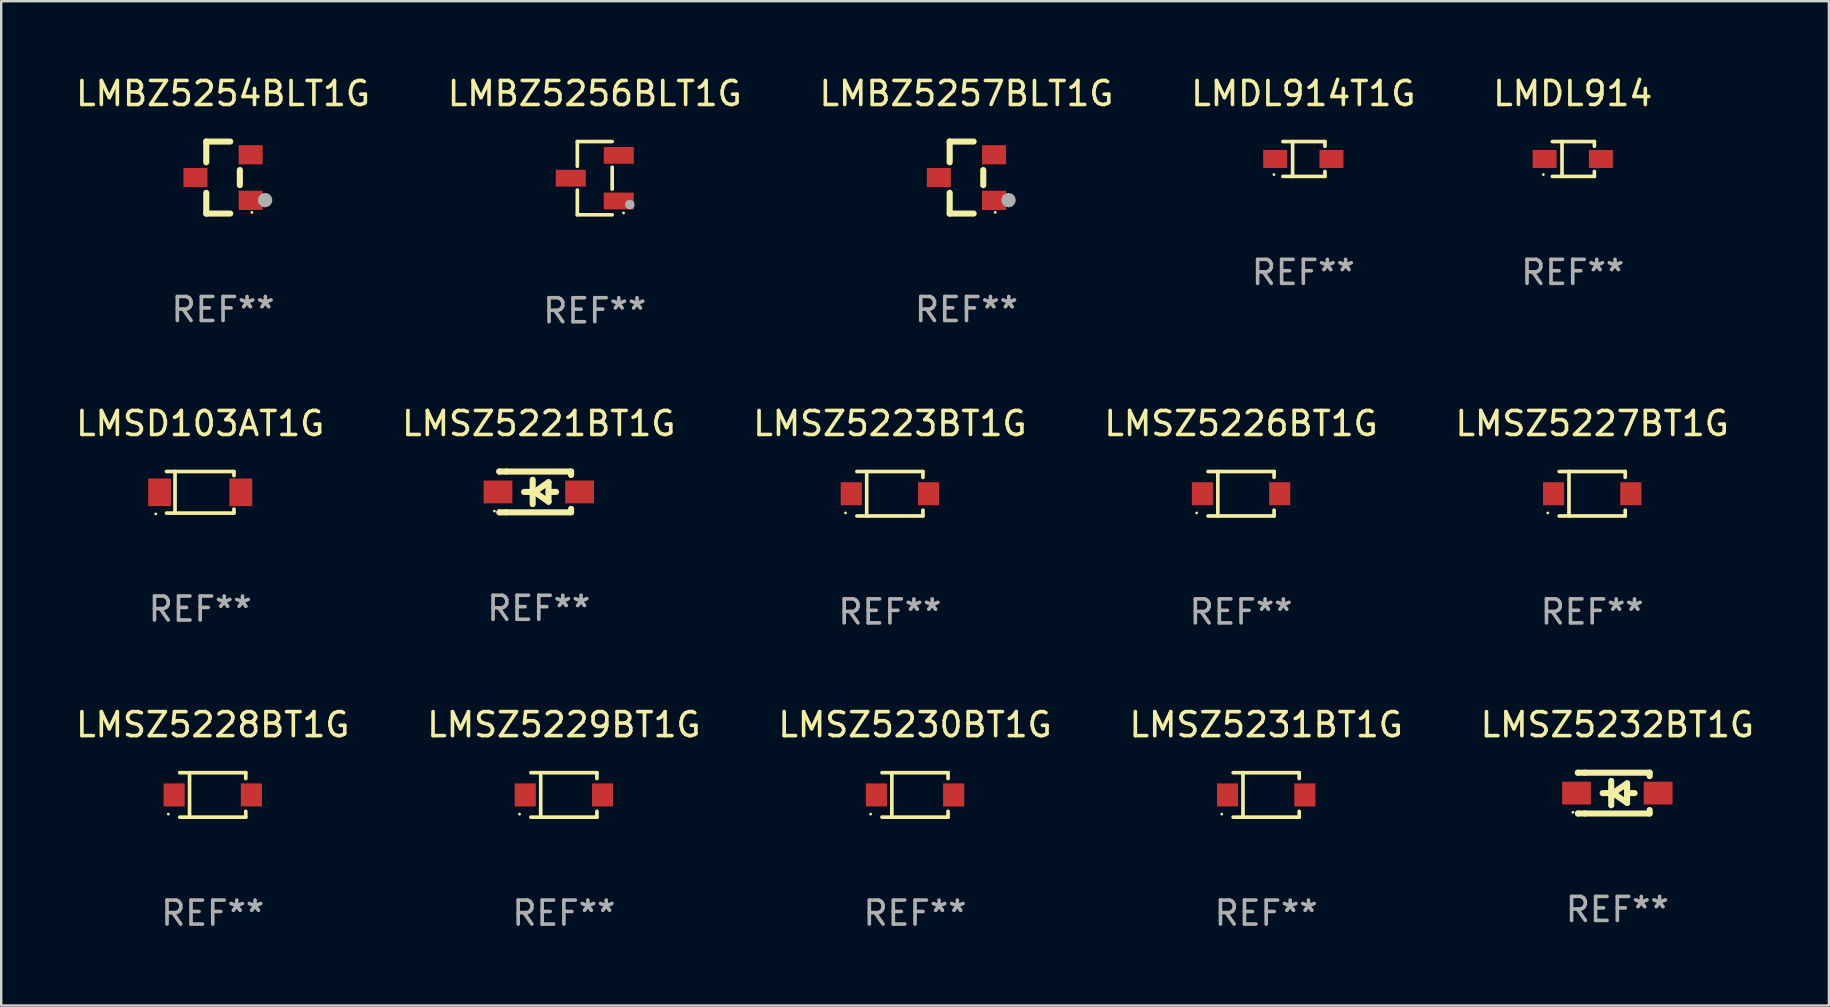
<source format=kicad_pcb>
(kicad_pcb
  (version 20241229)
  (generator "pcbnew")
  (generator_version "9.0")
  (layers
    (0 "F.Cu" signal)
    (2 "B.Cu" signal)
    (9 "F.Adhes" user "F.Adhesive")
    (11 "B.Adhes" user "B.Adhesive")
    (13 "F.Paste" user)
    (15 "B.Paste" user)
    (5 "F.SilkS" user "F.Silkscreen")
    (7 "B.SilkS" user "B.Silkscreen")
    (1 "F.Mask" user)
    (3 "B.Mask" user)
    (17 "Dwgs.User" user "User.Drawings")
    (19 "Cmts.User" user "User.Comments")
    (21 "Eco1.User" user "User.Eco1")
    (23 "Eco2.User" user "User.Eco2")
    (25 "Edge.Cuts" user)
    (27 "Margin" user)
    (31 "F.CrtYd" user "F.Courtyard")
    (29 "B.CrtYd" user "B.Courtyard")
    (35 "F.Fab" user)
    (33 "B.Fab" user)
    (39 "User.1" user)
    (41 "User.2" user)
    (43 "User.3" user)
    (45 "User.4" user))
  (footprint "LMSZ5231BT1G"
    (layer "F.Cu")
    (at 49.708 30.072)
    (property "Reference" "LMSZ5231BT1G" (at 0 -2.926 0) (layer "F.SilkS") (effects (font (size 1 1) (thickness 0.15))))
    (attr through_hole)
    (fp_line (start -1.376 -0.926) (end 1.376 -0.926) (stroke (width 0.152) (type solid)) (layer "F.SilkS"))
    (fp_line (start -1.376 0.926) (end 1.376 0.926) (stroke (width 0.152) (type solid)) (layer "F.SilkS"))
    (fp_line (start -0.967 -0.926) (end -0.967 0.926) (stroke (width 0.152) (type solid)) (layer "F.SilkS"))
    (fp_line (start 1.376 -0.926) (end 1.376 -0.683) (stroke (width 0.152) (type solid)) (layer "F.SilkS"))
    (fp_line (start 1.376 0.926) (end 1.376 0.683) (stroke (width 0.152) (type solid)) (layer "F.SilkS"))
    (fp_circle (center -1.85 0.8) (end -1.82 0.8) (stroke (width 0.06) (type solid)) (fill no) (layer "F.SilkS"))
    (fp_text user "REF**" (at 0 4.926 0) (layer "F.Fab") (effects (font (size 1 1) (thickness 0.15))))
    (pad "1" smd rect (at -1.61 0) (size 0.88 0.96) (layers "F.Cu" "F.Mask" "F.Paste"))
    (pad "2" smd rect (at 1.61 0) (size 0.88 0.96) (layers "F.Cu" "F.Mask" "F.Paste")))
  (footprint "LMSZ5232BT1G"
    (layer "F.Cu")
    (at 64.339 29.996)
    (property "Reference" "LMSZ5232BT1G" (at 0 -2.85 0) (layer "F.SilkS") (effects (font (size 1 1) (thickness 0.15))))
    (attr through_hole)
    (fp_line (start -1.643 -0.85) (end -1.644 -0.849) (stroke (width 0.254) (type solid)) (layer "F.SilkS"))
    (fp_line (start -1.638 0.85) (end -1.639 0.849) (stroke (width 0.254) (type solid)) (layer "F.SilkS"))
    (fp_line (start -1.346 -0.85) (end -1.643 -0.85) (stroke (width 0.254) (type solid)) (layer "F.SilkS"))
    (fp_line (start -1.346 -0.85) (end 1.346 -0.85) (stroke (width 0.254) (type solid)) (layer "F.SilkS"))
    (fp_line (start -1.346 0.85) (end -1.638 0.85) (stroke (width 0.254) (type solid)) (layer "F.SilkS"))
    (fp_line (start -0.28 0) (end -0.61 0) (stroke (width 0.254) (type solid)) (layer "F.SilkS"))
    (fp_line (start -0.254 -0.508) (end -0.254 0.508) (stroke (width 0.254) (type solid)) (layer "F.SilkS"))
    (fp_line (start -0.178 0) (end 0.406 -0.406) (stroke (width 0.254) (type solid)) (layer "F.SilkS"))
    (fp_line (start 0.406 -0.406) (end 0.406 0.406) (stroke (width 0.254) (type solid)) (layer "F.SilkS"))
    (fp_line (start 0.406 -0.000254) (end 0.72 -0.000254) (stroke (width 0.254) (type solid)) (layer "F.SilkS"))
    (fp_line (start 0.406 0.406) (end -0.178 0) (stroke (width 0.254) (type solid)) (layer "F.SilkS"))
    (fp_line (start 1.346 -0.85) (end 1.346 -0.706) (stroke (width 0.254) (type solid)) (layer "F.SilkS"))
    (fp_line (start 1.346 0.706) (end 1.346 0.85) (stroke (width 0.254) (type solid)) (layer "F.SilkS"))
    (fp_line (start 1.346 0.85) (end -1.346 0.85) (stroke (width 0.254) (type solid)) (layer "F.SilkS"))
    (fp_circle (center -1.85 0.8) (end -1.82 0.8) (stroke (width 0.06) (type solid)) (fill no) (layer "F.SilkS"))
    (fp_text user "REF**" (at 0 4.85 0) (layer "F.Fab") (effects (font (size 1 1) (thickness 0.15))))
    (pad "1" smd rect (at -1.7 0) (size 1.2 0.95) (layers "F.Cu" "F.Mask" "F.Paste"))
    (pad "2" smd rect (at 1.7 0) (size 1.2 0.95) (layers "F.Cu" "F.Mask" "F.Paste")))
  (footprint "LMBZ5254BLT1G"
    (layer "F.Cu")
    (at 6.244 4.348)
    (property "Reference" "LMBZ5254BLT1G" (at 0 -3.5 0) (layer "F.SilkS") (effects (font (size 1 1) (thickness 0.15))))
    (attr through_hole)
    (fp_line (start -0.7 -1.5) (end 0.3 -1.5) (stroke (width 0.254) (type solid)) (layer "F.SilkS"))
    (fp_line (start -0.7 -0.636) (end -0.7 -1.5) (stroke (width 0.254) (type solid)) (layer "F.SilkS"))
    (fp_line (start -0.7 1.5) (end -0.7 0.636) (stroke (width 0.254) (type solid)) (layer "F.SilkS"))
    (fp_line (start -0.7 1.5) (end 0.3 1.5) (stroke (width 0.254) (type solid)) (layer "F.SilkS"))
    (fp_line (start 0.7 0.314) (end 0.7 -0.314) (stroke (width 0.254) (type solid)) (layer "F.SilkS"))
    (fp_circle (center 1.2 1.45) (end 1.23 1.45) (stroke (width 0.06) (type solid)) (fill no) (layer "F.SilkS"))
    (fp_circle (center 1.753 0.94) (end 1.903 0.94) (stroke (width 0.3) (type solid)) (fill no) (layer "F.Fab"))
    (fp_text user "REF**" (at 0 5.5 0) (layer "F.Fab") (effects (font (size 1 1) (thickness 0.15))))
    (pad "1" smd rect (at 1.15 0.95 180) (size 1 0.8) (layers "F.Cu" "F.Mask" "F.Paste"))
    (pad "2" smd rect (at 1.15 -0.95 180) (size 1 0.8) (layers "F.Cu" "F.Mask" "F.Paste"))
    (pad "3" smd rect (at -1.15 -0.000051 180) (size 1 0.8) (layers "F.Cu" "F.Mask" "F.Paste")))
  (footprint "LMSZ5229BT1G"
    (layer "F.Cu")
    (at 20.446 30.072)
    (property "Reference" "LMSZ5229BT1G" (at 0 -2.926 0) (layer "F.SilkS") (effects (font (size 1 1) (thickness 0.15))))
    (attr through_hole)
    (fp_line (start -1.376 -0.926) (end 1.376 -0.926) (stroke (width 0.152) (type solid)) (layer "F.SilkS"))
    (fp_line (start -1.376 0.926) (end 1.376 0.926) (stroke (width 0.152) (type solid)) (layer "F.SilkS"))
    (fp_line (start -0.967 -0.926) (end -0.967 0.926) (stroke (width 0.152) (type solid)) (layer "F.SilkS"))
    (fp_line (start 1.376 -0.926) (end 1.376 -0.683) (stroke (width 0.152) (type solid)) (layer "F.SilkS"))
    (fp_line (start 1.376 0.926) (end 1.376 0.683) (stroke (width 0.152) (type solid)) (layer "F.SilkS"))
    (fp_circle (center -1.85 0.8) (end -1.82 0.8) (stroke (width 0.06) (type solid)) (fill no) (layer "F.SilkS"))
    (fp_text user "REF**" (at 0 4.926 0) (layer "F.Fab") (effects (font (size 1 1) (thickness 0.15))))
    (pad "1" smd rect (at -1.61 0) (size 0.88 0.96) (layers "F.Cu" "F.Mask" "F.Paste"))
    (pad "2" smd rect (at 1.61 0) (size 0.88 0.96) (layers "F.Cu" "F.Mask" "F.Paste")))
  (footprint "LMBZ5256BLT1G"
    (layer "F.Cu")
    (at 21.732 4.374)
    (property "Reference" "LMBZ5256BLT1G" (at 0 -3.526 0) (layer "F.SilkS") (effects (font (size 1 1) (thickness 0.15))))
    (attr through_hole)
    (fp_line (start -0.726 -1.526) (end -0.726 -0.495) (stroke (width 0.152) (type solid)) (layer "F.SilkS"))
    (fp_line (start -0.726 1.526) (end -0.726 0.495) (stroke (width 0.152) (type solid)) (layer "F.SilkS"))
    (fp_line (start 0.726 -1.526) (end -0.726 -1.526) (stroke (width 0.152) (type solid)) (layer "F.SilkS"))
    (fp_line (start 0.726 -0.455) (end 0.726 0.455) (stroke (width 0.152) (type solid)) (layer "F.SilkS"))
    (fp_line (start 0.726 1.526) (end -0.726 1.526) (stroke (width 0.152) (type solid)) (layer "F.SilkS"))
    (fp_circle (center 1.2 1.45) (end 1.23 1.45) (stroke (width 0.06) (type solid)) (fill no) (layer "F.SilkS"))
    (fp_circle (center 1.46 1.1) (end 1.56 1.1) (stroke (width 0.2) (type solid)) (fill no) (layer "F.Fab"))
    (fp_text user "REF**" (at 0 5.526 0) (layer "F.Fab") (effects (font (size 1 1) (thickness 0.15))))
    (pad "1" smd rect (at 1 0.95) (size 1.25 0.7) (layers "F.Cu" "F.Mask" "F.Paste"))
    (pad "2" smd rect (at 1 -0.95) (size 1.25 0.7) (layers "F.Cu" "F.Mask" "F.Paste"))
    (pad "3" smd rect (at -1 0) (size 1.25 0.7) (layers "F.Cu" "F.Mask" "F.Paste")))
  (footprint "LMDL914"
    (layer "F.Cu")
    (at 62.482 3.574)
    (property "Reference" "LMDL914" (at 0 -2.726 0) (layer "F.SilkS") (effects (font (size 1 1) (thickness 0.15))))
    (attr through_hole)
    (fp_line (start -0.851 -0.726) (end 0.901 -0.726) (stroke (width 0.152) (type solid)) (layer "F.SilkS"))
    (fp_line (start -0.851 0.726) (end 0.901 0.726) (stroke (width 0.152) (type solid)) (layer "F.SilkS"))
    (fp_line (start -0.447 -0.726) (end -0.447 0.726) (stroke (width 0.152) (type solid)) (layer "F.SilkS"))
    (fp_line (start 0.901 -0.726) (end 0.901 -0.53) (stroke (width 0.152) (type solid)) (layer "F.SilkS"))
    (fp_line (start 0.901 0.726) (end 0.901 0.52) (stroke (width 0.152) (type solid)) (layer "F.SilkS"))
    (fp_circle (center -1.225 0.65) (end -1.195 0.65) (stroke (width 0.06) (type solid)) (fill no) (layer "F.SilkS"))
    (fp_text user "REF**" (at 0 4.726 0) (layer "F.Fab") (effects (font (size 1 1) (thickness 0.15))))
    (pad "1" smd rect (at -1.173 0) (size 1 0.75) (layers "F.Cu" "F.Mask" "F.Paste"))
    (pad "2" smd rect (at 1.173 0) (size 1 0.75) (layers "F.Cu" "F.Mask" "F.Paste")))
  (footprint "LMSZ5226BT1G"
    (layer "F.Cu")
    (at 48.661 17.523)
    (property "Reference" "LMSZ5226BT1G" (at 0 -2.926 0) (layer "F.SilkS") (effects (font (size 1 1) (thickness 0.15))))
    (attr through_hole)
    (fp_line (start -1.376 -0.926) (end 1.376 -0.926) (stroke (width 0.152) (type solid)) (layer "F.SilkS"))
    (fp_line (start -1.376 0.926) (end 1.376 0.926) (stroke (width 0.152) (type solid)) (layer "F.SilkS"))
    (fp_line (start -0.967 -0.926) (end -0.967 0.926) (stroke (width 0.152) (type solid)) (layer "F.SilkS"))
    (fp_line (start 1.376 -0.926) (end 1.376 -0.683) (stroke (width 0.152) (type solid)) (layer "F.SilkS"))
    (fp_line (start 1.376 0.926) (end 1.376 0.683) (stroke (width 0.152) (type solid)) (layer "F.SilkS"))
    (fp_circle (center -1.85 0.8) (end -1.82 0.8) (stroke (width 0.06) (type solid)) (fill no) (layer "F.SilkS"))
    (fp_text user "REF**" (at 0 4.926 0) (layer "F.Fab") (effects (font (size 1 1) (thickness 0.15))))
    (pad "1" smd rect (at -1.61 0) (size 0.88 0.96) (layers "F.Cu" "F.Mask" "F.Paste"))
    (pad "2" smd rect (at 1.61 0) (size 0.88 0.96) (layers "F.Cu" "F.Mask" "F.Paste")))
  (footprint "LMDL914T1G"
    (layer "F.Cu")
    (at 51.256 3.574)
    (property "Reference" "LMDL914T1G" (at 0 -2.726 0) (layer "F.SilkS") (effects (font (size 1 1) (thickness 0.15))))
    (attr through_hole)
    (fp_line (start -0.851 -0.726) (end 0.901 -0.726) (stroke (width 0.152) (type solid)) (layer "F.SilkS"))
    (fp_line (start -0.851 0.726) (end 0.901 0.726) (stroke (width 0.152) (type solid)) (layer "F.SilkS"))
    (fp_line (start -0.447 -0.726) (end -0.447 0.726) (stroke (width 0.152) (type solid)) (layer "F.SilkS"))
    (fp_line (start 0.901 -0.726) (end 0.901 -0.53) (stroke (width 0.152) (type solid)) (layer "F.SilkS"))
    (fp_line (start 0.901 0.726) (end 0.901 0.52) (stroke (width 0.152) (type solid)) (layer "F.SilkS"))
    (fp_circle (center -1.225 0.65) (end -1.195 0.65) (stroke (width 0.06) (type solid)) (fill no) (layer "F.SilkS"))
    (fp_text user "REF**" (at 0 4.726 0) (layer "F.Fab") (effects (font (size 1 1) (thickness 0.15))))
    (pad "1" smd rect (at -1.173 0) (size 1 0.75) (layers "F.Cu" "F.Mask" "F.Paste"))
    (pad "2" smd rect (at 1.173 0) (size 1 0.75) (layers "F.Cu" "F.Mask" "F.Paste")))
  (footprint "LMSZ5230BT1G"
    (layer "F.Cu")
    (at 35.077 30.072)
    (property "Reference" "LMSZ5230BT1G" (at 0 -2.926 0) (layer "F.SilkS") (effects (font (size 1 1) (thickness 0.15))))
    (attr through_hole)
    (fp_line (start -1.376 -0.926) (end 1.376 -0.926) (stroke (width 0.152) (type solid)) (layer "F.SilkS"))
    (fp_line (start -1.376 0.926) (end 1.376 0.926) (stroke (width 0.152) (type solid)) (layer "F.SilkS"))
    (fp_line (start -0.967 -0.926) (end -0.967 0.926) (stroke (width 0.152) (type solid)) (layer "F.SilkS"))
    (fp_line (start 1.376 -0.926) (end 1.376 -0.683) (stroke (width 0.152) (type solid)) (layer "F.SilkS"))
    (fp_line (start 1.376 0.926) (end 1.376 0.683) (stroke (width 0.152) (type solid)) (layer "F.SilkS"))
    (fp_circle (center -1.85 0.8) (end -1.82 0.8) (stroke (width 0.06) (type solid)) (fill no) (layer "F.SilkS"))
    (fp_text user "REF**" (at 0 4.926 0) (layer "F.Fab") (effects (font (size 1 1) (thickness 0.15))))
    (pad "1" smd rect (at -1.61 0) (size 0.88 0.96) (layers "F.Cu" "F.Mask" "F.Paste"))
    (pad "2" smd rect (at 1.61 0) (size 0.88 0.96) (layers "F.Cu" "F.Mask" "F.Paste")))
  (footprint "LMSZ5221BT1G"
    (layer "F.Cu")
    (at 19.399 17.447)
    (property "Reference" "LMSZ5221BT1G" (at 0 -2.85 0) (layer "F.SilkS") (effects (font (size 1 1) (thickness 0.15))))
    (attr through_hole)
    (fp_line (start -1.643 -0.85) (end -1.644 -0.849) (stroke (width 0.254) (type solid)) (layer "F.SilkS"))
    (fp_line (start -1.638 0.85) (end -1.639 0.849) (stroke (width 0.254) (type solid)) (layer "F.SilkS"))
    (fp_line (start -1.346 -0.85) (end -1.643 -0.85) (stroke (width 0.254) (type solid)) (layer "F.SilkS"))
    (fp_line (start -1.346 -0.85) (end 1.346 -0.85) (stroke (width 0.254) (type solid)) (layer "F.SilkS"))
    (fp_line (start -1.346 0.85) (end -1.638 0.85) (stroke (width 0.254) (type solid)) (layer "F.SilkS"))
    (fp_line (start -0.28 0) (end -0.61 0) (stroke (width 0.254) (type solid)) (layer "F.SilkS"))
    (fp_line (start -0.254 -0.508) (end -0.254 0.508) (stroke (width 0.254) (type solid)) (layer "F.SilkS"))
    (fp_line (start -0.178 0) (end 0.406 -0.406) (stroke (width 0.254) (type solid)) (layer "F.SilkS"))
    (fp_line (start 0.406 -0.406) (end 0.406 0.406) (stroke (width 0.254) (type solid)) (layer "F.SilkS"))
    (fp_line (start 0.406 -0.000254) (end 0.72 -0.000254) (stroke (width 0.254) (type solid)) (layer "F.SilkS"))
    (fp_line (start 0.406 0.406) (end -0.178 0) (stroke (width 0.254) (type solid)) (layer "F.SilkS"))
    (fp_line (start 1.346 -0.85) (end 1.346 -0.706) (stroke (width 0.254) (type solid)) (layer "F.SilkS"))
    (fp_line (start 1.346 0.706) (end 1.346 0.85) (stroke (width 0.254) (type solid)) (layer "F.SilkS"))
    (fp_line (start 1.346 0.85) (end -1.346 0.85) (stroke (width 0.254) (type solid)) (layer "F.SilkS"))
    (fp_circle (center -1.85 0.8) (end -1.82 0.8) (stroke (width 0.06) (type solid)) (fill no) (layer "F.SilkS"))
    (fp_text user "REF**" (at 0 4.85 0) (layer "F.Fab") (effects (font (size 1 1) (thickness 0.15))))
    (pad "1" smd rect (at -1.7 0) (size 1.2 0.95) (layers "F.Cu" "F.Mask" "F.Paste"))
    (pad "2" smd rect (at 1.7 0) (size 1.2 0.95) (layers "F.Cu" "F.Mask" "F.Paste")))
  (footprint "LMBZ5257BLT1G"
    (layer "F.Cu")
    (at 37.22 4.348)
    (property "Reference" "LMBZ5257BLT1G" (at 0 -3.5 0) (layer "F.SilkS") (effects (font (size 1 1) (thickness 0.15))))
    (attr through_hole)
    (fp_line (start -0.7 -1.5) (end 0.3 -1.5) (stroke (width 0.254) (type solid)) (layer "F.SilkS"))
    (fp_line (start -0.7 -0.636) (end -0.7 -1.5) (stroke (width 0.254) (type solid)) (layer "F.SilkS"))
    (fp_line (start -0.7 1.5) (end -0.7 0.636) (stroke (width 0.254) (type solid)) (layer "F.SilkS"))
    (fp_line (start -0.7 1.5) (end 0.3 1.5) (stroke (width 0.254) (type solid)) (layer "F.SilkS"))
    (fp_line (start 0.7 0.314) (end 0.7 -0.314) (stroke (width 0.254) (type solid)) (layer "F.SilkS"))
    (fp_circle (center 1.2 1.45) (end 1.23 1.45) (stroke (width 0.06) (type solid)) (fill no) (layer "F.SilkS"))
    (fp_circle (center 1.753 0.94) (end 1.903 0.94) (stroke (width 0.3) (type solid)) (fill no) (layer "F.Fab"))
    (fp_text user "REF**" (at 0 5.5 0) (layer "F.Fab") (effects (font (size 1 1) (thickness 0.15))))
    (pad "1" smd rect (at 1.15 0.95 180) (size 1 0.8) (layers "F.Cu" "F.Mask" "F.Paste"))
    (pad "2" smd rect (at 1.15 -0.95 180) (size 1 0.8) (layers "F.Cu" "F.Mask" "F.Paste"))
    (pad "3" smd rect (at -1.15 -0.000051 180) (size 1 0.8) (layers "F.Cu" "F.Mask" "F.Paste")))
  (footprint "LMSD103AT1G"
    (layer "F.Cu")
    (at 5.292 17.463)
    (property "Reference" "LMSD103AT1G" (at 0 -2.866 0) (layer "F.SilkS") (effects (font (size 1 1) (thickness 0.15))))
    (attr through_hole)
    (fp_line (start -1.406 -0.866) (end 1.406 -0.866) (stroke (width 0.152) (type solid)) (layer "F.SilkS"))
    (fp_line (start -1.406 0.866) (end 1.406 0.866) (stroke (width 0.152) (type solid)) (layer "F.SilkS"))
    (fp_line (start -1.049 -0.866) (end -1.049 0.866) (stroke (width 0.152) (type solid)) (layer "F.SilkS"))
    (fp_line (start 1.406 -0.866) (end 1.406 -0.698) (stroke (width 0.152) (type solid)) (layer "F.SilkS"))
    (fp_line (start 1.406 0.866) (end 1.406 0.698) (stroke (width 0.152) (type solid)) (layer "F.SilkS"))
    (fp_circle (center -1.851 0.9) (end -1.821 0.9) (stroke (width 0.06) (type solid)) (fill no) (layer "F.SilkS"))
    (fp_text user "REF**" (at 0 4.866 0) (layer "F.Fab") (effects (font (size 1 1) (thickness 0.15))))
    (pad "1" smd rect (at -1.692 0) (size 0.95 1.15) (layers "F.Cu" "F.Mask" "F.Paste"))
    (pad "2" smd rect (at 1.692 0) (size 0.95 1.15) (layers "F.Cu" "F.Mask" "F.Paste")))
  (footprint "LMSZ5227BT1G"
    (layer "F.Cu")
    (at 63.292 17.523)
    (property "Reference" "LMSZ5227BT1G" (at 0 -2.926 0) (layer "F.SilkS") (effects (font (size 1 1) (thickness 0.15))))
    (attr through_hole)
    (fp_line (start -1.376 -0.926) (end 1.376 -0.926) (stroke (width 0.152) (type solid)) (layer "F.SilkS"))
    (fp_line (start -1.376 0.926) (end 1.376 0.926) (stroke (width 0.152) (type solid)) (layer "F.SilkS"))
    (fp_line (start -0.967 -0.926) (end -0.967 0.926) (stroke (width 0.152) (type solid)) (layer "F.SilkS"))
    (fp_line (start 1.376 -0.926) (end 1.376 -0.683) (stroke (width 0.152) (type solid)) (layer "F.SilkS"))
    (fp_line (start 1.376 0.926) (end 1.376 0.683) (stroke (width 0.152) (type solid)) (layer "F.SilkS"))
    (fp_circle (center -1.85 0.8) (end -1.82 0.8) (stroke (width 0.06) (type solid)) (fill no) (layer "F.SilkS"))
    (fp_text user "REF**" (at 0 4.926 0) (layer "F.Fab") (effects (font (size 1 1) (thickness 0.15))))
    (pad "1" smd rect (at -1.61 0) (size 0.88 0.96) (layers "F.Cu" "F.Mask" "F.Paste"))
    (pad "2" smd rect (at 1.61 0) (size 0.88 0.96) (layers "F.Cu" "F.Mask" "F.Paste")))
  (footprint "LMSZ5223BT1G"
    (layer "F.Cu")
    (at 34.03 17.523)
    (property "Reference" "LMSZ5223BT1G" (at 0 -2.926 0) (layer "F.SilkS") (effects (font (size 1 1) (thickness 0.15))))
    (attr through_hole)
    (fp_line (start -1.376 -0.926) (end 1.376 -0.926) (stroke (width 0.152) (type solid)) (layer "F.SilkS"))
    (fp_line (start -1.376 0.926) (end 1.376 0.926) (stroke (width 0.152) (type solid)) (layer "F.SilkS"))
    (fp_line (start -0.967 -0.926) (end -0.967 0.926) (stroke (width 0.152) (type solid)) (layer "F.SilkS"))
    (fp_line (start 1.376 -0.926) (end 1.376 -0.683) (stroke (width 0.152) (type solid)) (layer "F.SilkS"))
    (fp_line (start 1.376 0.926) (end 1.376 0.683) (stroke (width 0.152) (type solid)) (layer "F.SilkS"))
    (fp_circle (center -1.85 0.8) (end -1.82 0.8) (stroke (width 0.06) (type solid)) (fill no) (layer "F.SilkS"))
    (fp_text user "REF**" (at 0 4.926 0) (layer "F.Fab") (effects (font (size 1 1) (thickness 0.15))))
    (pad "1" smd rect (at -1.61 0) (size 0.88 0.96) (layers "F.Cu" "F.Mask" "F.Paste"))
    (pad "2" smd rect (at 1.61 0) (size 0.88 0.96) (layers "F.Cu" "F.Mask" "F.Paste")))
  (footprint "LMSZ5228BT1G"
    (layer "F.Cu")
    (at 5.815 30.072)
    (property "Reference" "LMSZ5228BT1G" (at 0 -2.926 0) (layer "F.SilkS") (effects (font (size 1 1) (thickness 0.15))))
    (attr through_hole)
    (fp_line (start -1.376 -0.926) (end 1.376 -0.926) (stroke (width 0.152) (type solid)) (layer "F.SilkS"))
    (fp_line (start -1.376 0.926) (end 1.376 0.926) (stroke (width 0.152) (type solid)) (layer "F.SilkS"))
    (fp_line (start -0.967 -0.926) (end -0.967 0.926) (stroke (width 0.152) (type solid)) (layer "F.SilkS"))
    (fp_line (start 1.376 -0.926) (end 1.376 -0.683) (stroke (width 0.152) (type solid)) (layer "F.SilkS"))
    (fp_line (start 1.376 0.926) (end 1.376 0.683) (stroke (width 0.152) (type solid)) (layer "F.SilkS"))
    (fp_circle (center -1.85 0.8) (end -1.82 0.8) (stroke (width 0.06) (type solid)) (fill no) (layer "F.SilkS"))
    (fp_text user "REF**" (at 0 4.926 0) (layer "F.Fab") (effects (font (size 1 1) (thickness 0.15))))
    (pad "1" smd rect (at -1.61 0) (size 0.88 0.96) (layers "F.Cu" "F.Mask" "F.Paste"))
    (pad "2" smd rect (at 1.61 0) (size 0.88 0.96) (layers "F.Cu" "F.Mask" "F.Paste")))
  (gr_rect
    (start -3 -3)
    (end 73.155 38.847)
    (stroke (width 0.1) (type default))
    (fill no)
    (layer "Edge.Cuts")))
</source>
